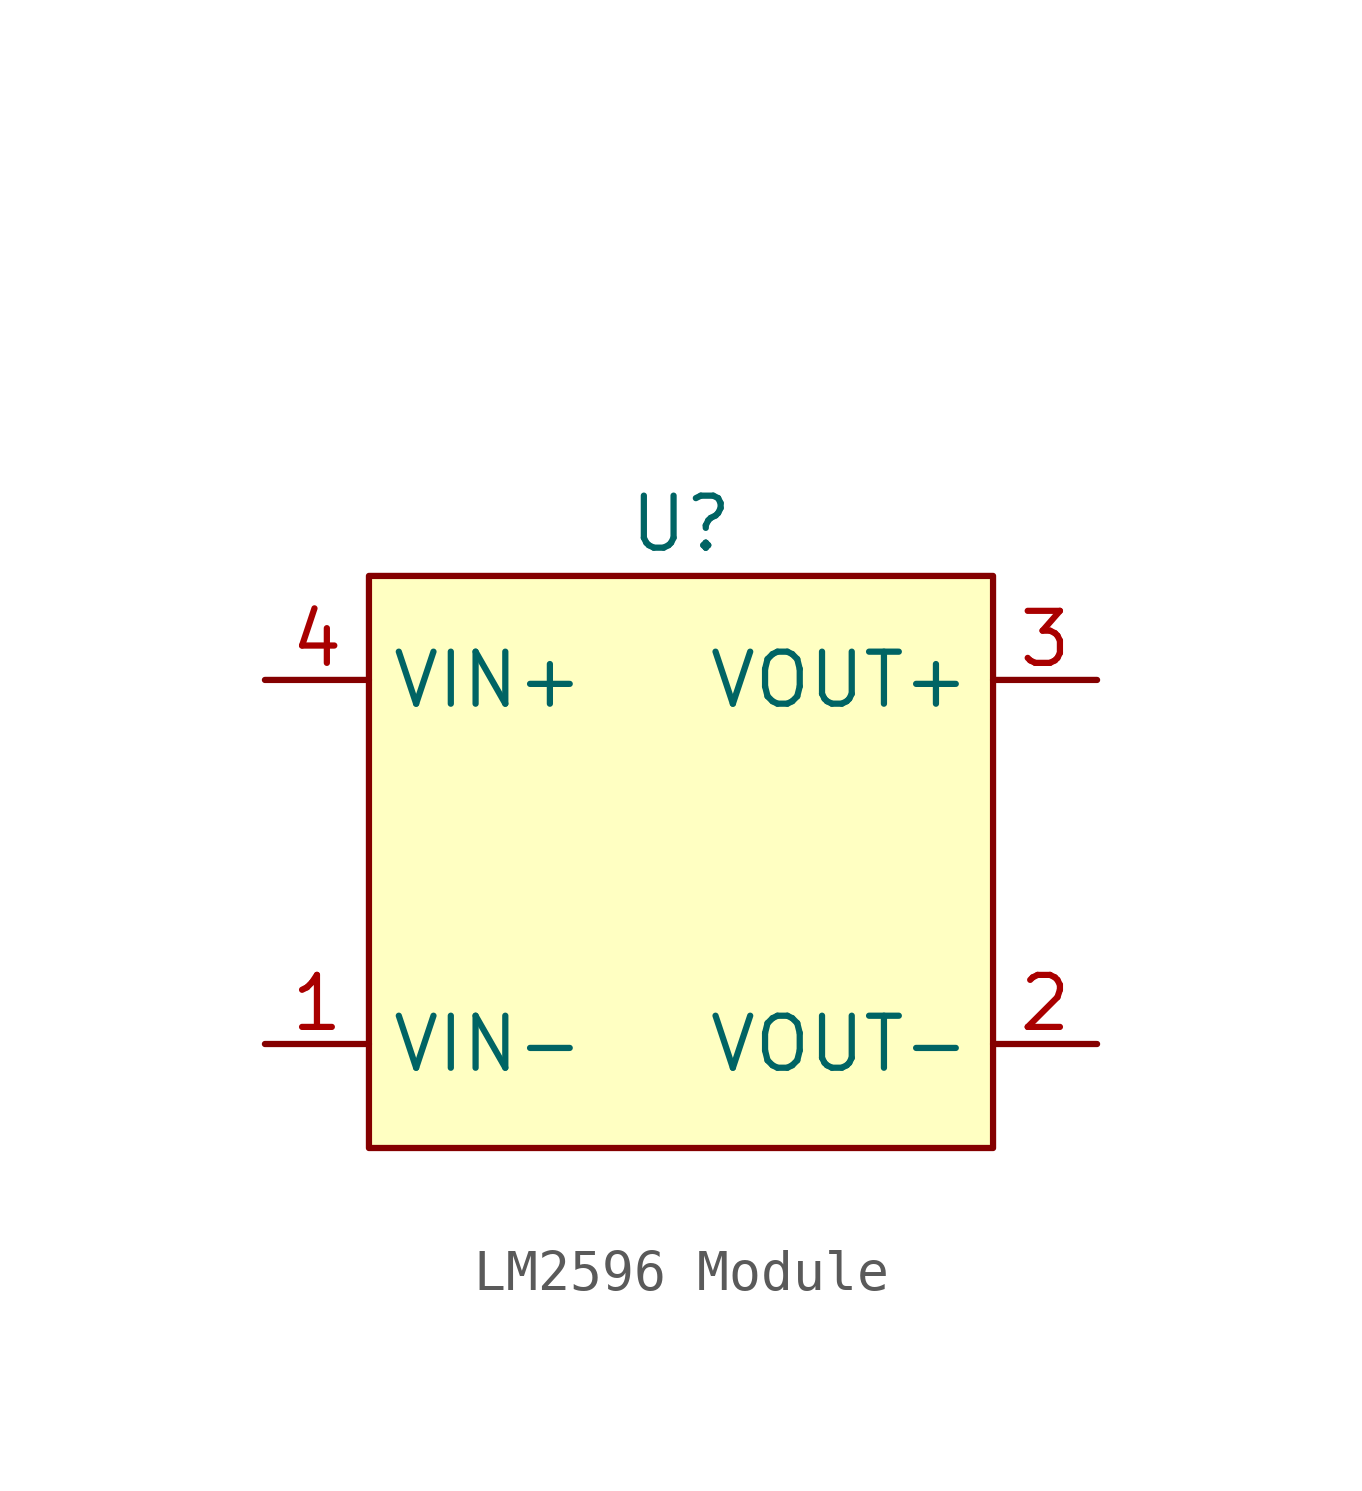
<source format=kicad_sym>
(kicad_symbol_lib
  (version 20220914)
  (generator kicad_symbol_editor)
  (symbol "LM2596 Module"
    (property "Reference" "U"
      (at 0 -1.27 0)
      (effects (font (size 1.27 1.27))))
    (property "Value" ""
      (at -0.635 5.08 0)
      (effects (font (size 1.27 1.27))))
    (symbol "LM2596 Module_1_1"
      (rectangle (start -7.62 -2.54) (end 7.62 -16.51) (stroke (width 0) (type default)) (fill (type background)))
      (pin passive line (at -10.16 -13.97 0) (length 2.54) (name "VIN-" (effects (font (size 1.27 1.27)))) (number "1" (effects (font (size 1.27 1.27)))))
      (pin passive line (at 10.16 -13.97 180) (length 2.54) (name "VOUT-" (effects (font (size 1.27 1.27)))) (number "2" (effects (font (size 1.27 1.27)))))
      (pin power_out line (at 10.16 -5.08 180) (length 2.54) (name "VOUT+" (effects (font (size 1.27 1.27)))) (number "3" (effects (font (size 1.27 1.27)))))
      (pin power_in line (at -10.16 -5.08 0) (length 2.54) (name "VIN+" (effects (font (size 1.27 1.27)))) (number "4" (effects (font (size 1.27 1.27))))))))
</source>
